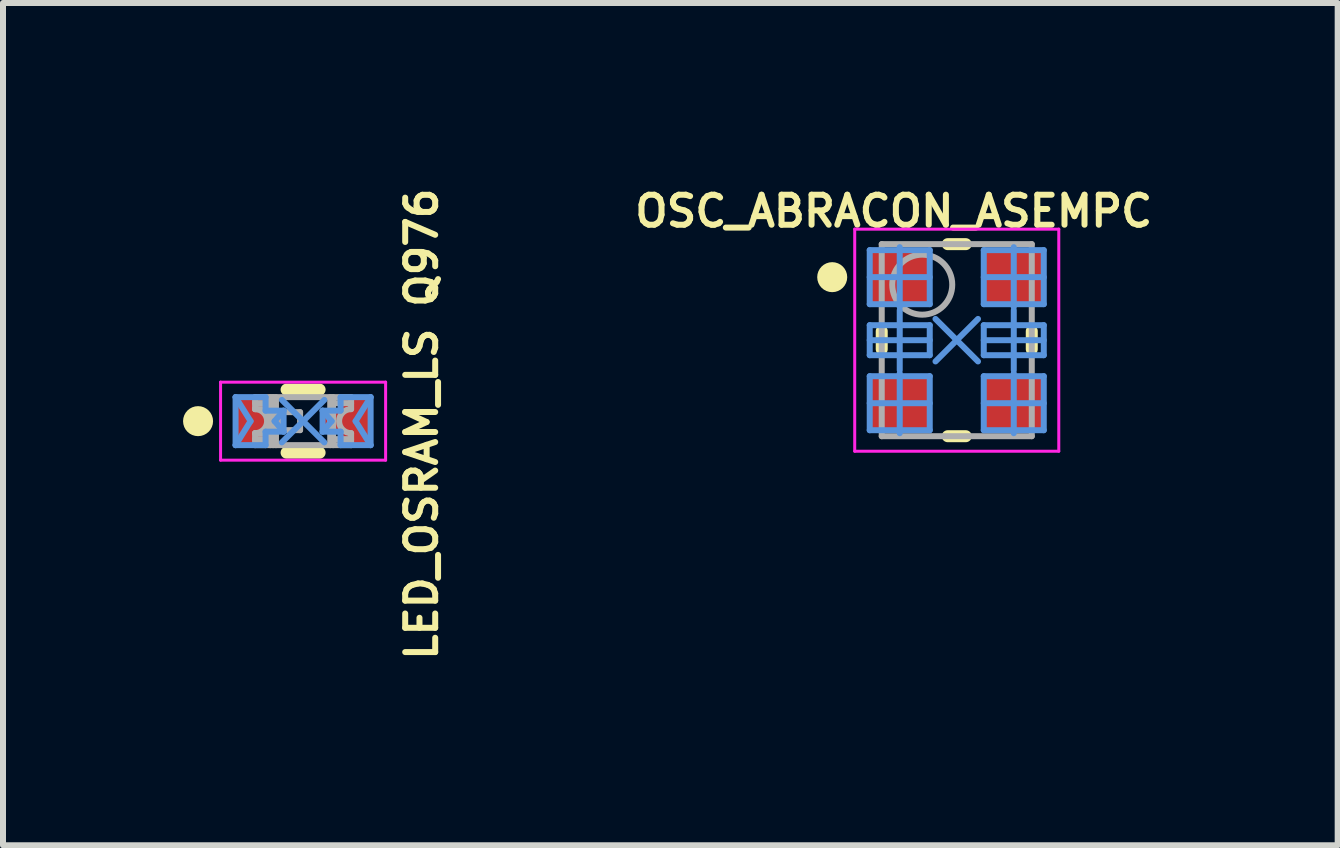
<source format=kicad_pcb>
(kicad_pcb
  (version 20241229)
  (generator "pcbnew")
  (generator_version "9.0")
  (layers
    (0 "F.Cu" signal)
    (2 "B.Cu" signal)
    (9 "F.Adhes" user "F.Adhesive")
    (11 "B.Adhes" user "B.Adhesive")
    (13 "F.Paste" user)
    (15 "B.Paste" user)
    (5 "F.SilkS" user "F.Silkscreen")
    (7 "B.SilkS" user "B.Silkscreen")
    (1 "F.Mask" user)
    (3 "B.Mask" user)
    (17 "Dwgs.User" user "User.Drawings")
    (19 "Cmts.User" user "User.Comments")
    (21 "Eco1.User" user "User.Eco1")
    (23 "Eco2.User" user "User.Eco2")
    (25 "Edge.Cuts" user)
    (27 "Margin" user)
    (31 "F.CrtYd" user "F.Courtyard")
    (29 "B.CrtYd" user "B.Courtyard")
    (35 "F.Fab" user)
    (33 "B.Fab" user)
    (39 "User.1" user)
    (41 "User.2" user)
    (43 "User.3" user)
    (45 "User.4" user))
  (footprint "LED_OSRAM_LS Q976"
    (layer "F.Cu")
    (at 2 3.967)
    (property "Reference" "LED_OSRAM_LS Q976" (at 1.975 0.05 270) (layer "F.SilkS") (effects (font (size 0.5 0.5) (thickness 0.1))))
    (attr smd)
    (fp_line (start -0.275 -0.525) (end 0.275 -0.525) (stroke (width 0.2) (type solid)) (layer "F.SilkS"))
    (fp_line (start -0.275 0.525) (end 0.275 0.525) (stroke (width 0.2) (type solid)) (layer "F.SilkS"))
    (fp_circle (center -1.75 0) (end -1.625 0) (stroke (width 0.25) (type solid)) (fill no) (layer "F.SilkS"))
    (fp_line (start -1.125 -0.4) (end -0.875 0) (stroke (width 0.1) (type solid)) (layer "Cmts.User"))
    (fp_line (start -1.125 -0.4) (end -0.625 -0.4) (stroke (width 0.1) (type solid)) (layer "Cmts.User"))
    (fp_line (start -1.125 0.4) (end -1.125 -0.4) (stroke (width 0.1) (type solid)) (layer "Cmts.User"))
    (fp_line (start -1.125 0.4) (end -0.875 0) (stroke (width 0.1) (type solid)) (layer "Cmts.User"))
    (fp_line (start -1.125 0.4) (end -0.625 0.4) (stroke (width 0.1) (type solid)) (layer "Cmts.User"))
    (fp_line (start -0.625 -0.175) (end -0.625 -0.4) (stroke (width 0.1) (type solid)) (layer "Cmts.User"))
    (fp_line (start -0.625 -0.175) (end -0.325 -0.175) (stroke (width 0.1) (type solid)) (layer "Cmts.User"))
    (fp_line (start -0.625 0.175) (end -0.325 0.175) (stroke (width 0.1) (type solid)) (layer "Cmts.User"))
    (fp_line (start -0.625 0.4) (end -0.625 0.175) (stroke (width 0.1) (type solid)) (layer "Cmts.User"))
    (fp_line (start -0.475 0) (end -0.325 -0.175) (stroke (width 0.1) (type solid)) (layer "Cmts.User"))
    (fp_line (start -0.475 0) (end -0.325 0.175) (stroke (width 0.1) (type solid)) (layer "Cmts.User"))
    (fp_line (start -0.354 -0.354) (end 0 0) (stroke (width 0.1) (type solid)) (layer "Cmts.User"))
    (fp_line (start -0.354 0.354) (end 0 0) (stroke (width 0.1) (type solid)) (layer "Cmts.User"))
    (fp_line (start -0.325 0.175) (end -0.325 -0.175) (stroke (width 0.1) (type solid)) (layer "Cmts.User"))
    (fp_line (start 0 0) (end 0.354 -0.354) (stroke (width 0.1) (type solid)) (layer "Cmts.User"))
    (fp_line (start 0 0) (end 0.354 0.354) (stroke (width 0.1) (type solid)) (layer "Cmts.User"))
    (fp_line (start 0.325 -0.175) (end 0.475 0) (stroke (width 0.1) (type solid)) (layer "Cmts.User"))
    (fp_line (start 0.325 -0.175) (end 0.625 -0.175) (stroke (width 0.1) (type solid)) (layer "Cmts.User"))
    (fp_line (start 0.325 0.175) (end 0.325 -0.175) (stroke (width 0.1) (type solid)) (layer "Cmts.User"))
    (fp_line (start 0.325 0.175) (end 0.475 0) (stroke (width 0.1) (type solid)) (layer "Cmts.User"))
    (fp_line (start 0.325 0.175) (end 0.625 0.175) (stroke (width 0.1) (type solid)) (layer "Cmts.User"))
    (fp_line (start 0.625 -0.4) (end 1.125 -0.4) (stroke (width 0.1) (type solid)) (layer "Cmts.User"))
    (fp_line (start 0.625 -0.175) (end 0.625 -0.4) (stroke (width 0.1) (type solid)) (layer "Cmts.User"))
    (fp_line (start 0.625 0.4) (end 0.625 0.175) (stroke (width 0.1) (type solid)) (layer "Cmts.User"))
    (fp_line (start 0.625 0.4) (end 1.125 0.4) (stroke (width 0.1) (type solid)) (layer "Cmts.User"))
    (fp_line (start 0.875 0) (end 1.125 -0.4) (stroke (width 0.1) (type solid)) (layer "Cmts.User"))
    (fp_line (start 0.875 0) (end 1.125 0.4) (stroke (width 0.1) (type solid)) (layer "Cmts.User"))
    (fp_line (start 1.125 0.4) (end 1.125 -0.4) (stroke (width 0.1) (type solid)) (layer "Cmts.User"))
    (fp_line (start -1.375 -0.65) (end 1.375 -0.65) (stroke (width 0.05) (type solid)) (layer "F.CrtYd"))
    (fp_line (start -1.375 0.65) (end -1.375 -0.65) (stroke (width 0.05) (type solid)) (layer "F.CrtYd"))
    (fp_line (start -1.375 0.65) (end 1.375 0.65) (stroke (width 0.05) (type solid)) (layer "F.CrtYd"))
    (fp_line (start 1.375 0.65) (end 1.375 -0.65) (stroke (width 0.05) (type solid)) (layer "F.CrtYd"))
    (fp_line (start -0.8 -0.4) (end 0.8 -0.4) (stroke (width 0.1) (type solid)) (layer "F.Fab"))
    (fp_line (start -0.8 -0.3) (end -0.499 -0.3) (stroke (width 0.1) (type solid)) (layer "F.Fab"))
    (fp_line (start -0.8 -0.2) (end -0.8 -0.4) (stroke (width 0.1) (type solid)) (layer "F.Fab"))
    (fp_line (start -0.8 -0.2) (end -0.499 -0.2) (stroke (width 0.1) (type solid)) (layer "F.Fab"))
    (fp_line (start -0.8 0.2) (end -0.499 0.2) (stroke (width 0.1) (type solid)) (layer "F.Fab"))
    (fp_line (start -0.8 0.3) (end -0.5 0.3) (stroke (width 0.1) (type solid)) (layer "F.Fab"))
    (fp_line (start -0.8 0.4) (end -0.8 0.2) (stroke (width 0.1) (type solid)) (layer "F.Fab"))
    (fp_line (start -0.8 0.4) (end 0.8 0.4) (stroke (width 0.1) (type solid)) (layer "F.Fab"))
    (fp_line (start -0.548 0.4) (end -0.548 -0.4) (stroke (width 0.1) (type solid)) (layer "F.Fab"))
    (fp_line (start -0.5 0.4) (end -0.5 -0.4) (stroke (width 0.1) (type solid)) (layer "F.Fab"))
    (fp_line (start -0.452 0.4) (end -0.452 -0.4) (stroke (width 0.1) (type solid)) (layer "F.Fab"))
    (fp_line (start -0.35 -0.15) (end -0.05 -0.15) (stroke (width 0.1) (type solid)) (layer "F.Fab"))
    (fp_line (start -0.35 0.15) (end -0.35 -0.15) (stroke (width 0.1) (type solid)) (layer "F.Fab"))
    (fp_line (start -0.35 0.15) (end -0.05 0.15) (stroke (width 0.1) (type solid)) (layer "F.Fab"))
    (fp_line (start -0.05 0.15) (end -0.05 -0.15) (stroke (width 0.1) (type solid)) (layer "F.Fab"))
    (fp_line (start 0.452 0.4) (end 0.452 -0.4) (stroke (width 0.1) (type solid)) (layer "F.Fab"))
    (fp_line (start 0.499 0.3) (end 0.8 0.3) (stroke (width 0.1) (type solid)) (layer "F.Fab"))
    (fp_line (start 0.5 -0.3) (end 0.8 -0.3) (stroke (width 0.1) (type solid)) (layer "F.Fab"))
    (fp_line (start 0.5 0.4) (end 0.5 -0.4) (stroke (width 0.1) (type solid)) (layer "F.Fab"))
    (fp_line (start 0.8 -0.2) (end 0.8 -0.4) (stroke (width 0.1) (type solid)) (layer "F.Fab"))
    (fp_line (start 0.8 0.4) (end 0.8 0.2) (stroke (width 0.1) (type solid)) (layer "F.Fab"))
    (fp_arc (start -0.8 -0.2) (mid -0.6 0) (end -0.8 0.2) (stroke (width 0.1) (type solid)) (layer "F.Fab"))
    (fp_arc (start 0.8 0.2) (mid 0.6 0) (end 0.8 -0.2) (stroke (width 0.1) (type solid)) (layer "F.Fab"))
    (pad "1" smd rect (at -0.875 0) (size 0.5 0.8) (layers "F.Cu" "F.Mask" "F.Paste"))
    (pad "1" smd rect (at -0.475 0) (size 0.3 0.35) (layers "F.Cu" "F.Mask" "F.Paste"))
    (pad "2" smd rect (at 0.475 0) (size 0.3 0.35) (layers "F.Cu" "F.Mask" "F.Paste"))
    (pad "2" smd rect (at 0.875 0) (size 0.5 0.8) (layers "F.Cu" "F.Mask" "F.Paste")))
  (footprint "OSC_ABRACON_ASEMPC"
    (layer "F.Cu")
    (at 12.891 2.618)
    (property "Reference" "OSC_ABRACON_ASEMPC" (at -1.05 -2.15 0) (layer "F.SilkS") (effects (font (size 0.5 0.5) (thickness 0.1))))
    (attr smd dnp)
    (fp_line (start -1.25 0.15) (end -1.25 -0.15) (stroke (width 0.2) (type solid)) (layer "F.SilkS"))
    (fp_line (start -0.15 -1.6) (end 0.15 -1.6) (stroke (width 0.2) (type solid)) (layer "F.SilkS"))
    (fp_line (start -0.15 1.6) (end 0.15 1.6) (stroke (width 0.2) (type solid)) (layer "F.SilkS"))
    (fp_line (start 1.25 0.15) (end 1.25 -0.15) (stroke (width 0.2) (type solid)) (layer "F.SilkS"))
    (fp_circle (center -2.075 -1.05) (end -1.95 -1.05) (stroke (width 0.25) (type solid)) (fill no) (layer "F.SilkS"))
    (fp_line (start -1.45 -1.5) (end -0.45 -1.5) (stroke (width 0.1) (type solid)) (layer "Cmts.User"))
    (fp_line (start -1.45 -1.05) (end -0.95 -1.05) (stroke (width 0.1) (type solid)) (layer "Cmts.User"))
    (fp_line (start -1.45 -0.6) (end -1.45 -1.5) (stroke (width 0.1) (type solid)) (layer "Cmts.User"))
    (fp_line (start -1.45 -0.6) (end -0.45 -0.6) (stroke (width 0.1) (type solid)) (layer "Cmts.User"))
    (fp_line (start -1.45 -0.25) (end -0.45 -0.25) (stroke (width 0.1) (type solid)) (layer "Cmts.User"))
    (fp_line (start -1.45 0) (end -0.95 0) (stroke (width 0.1) (type solid)) (layer "Cmts.User"))
    (fp_line (start -1.45 0.25) (end -1.45 -0.25) (stroke (width 0.1) (type solid)) (layer "Cmts.User"))
    (fp_line (start -1.45 0.25) (end -0.45 0.25) (stroke (width 0.1) (type solid)) (layer "Cmts.User"))
    (fp_line (start -1.45 0.6) (end -0.45 0.6) (stroke (width 0.1) (type solid)) (layer "Cmts.User"))
    (fp_line (start -1.45 1.05) (end -0.95 1.05) (stroke (width 0.1) (type solid)) (layer "Cmts.User"))
    (fp_line (start -1.45 1.5) (end -1.45 0.6) (stroke (width 0.1) (type solid)) (layer "Cmts.User"))
    (fp_line (start -1.45 1.5) (end -0.45 1.5) (stroke (width 0.1) (type solid)) (layer "Cmts.User"))
    (fp_line (start -0.95 -1.05) (end -0.95 -1.55) (stroke (width 0.1) (type solid)) (layer "Cmts.User"))
    (fp_line (start -0.95 -1.05) (end -0.45 -1.05) (stroke (width 0.1) (type solid)) (layer "Cmts.User"))
    (fp_line (start -0.95 -0.55) (end -0.95 -1.05) (stroke (width 0.1) (type solid)) (layer "Cmts.User"))
    (fp_line (start -0.95 0) (end -0.95 -0.5) (stroke (width 0.1) (type solid)) (layer "Cmts.User"))
    (fp_line (start -0.95 0) (end -0.45 0) (stroke (width 0.1) (type solid)) (layer "Cmts.User"))
    (fp_line (start -0.95 0.5) (end -0.95 0) (stroke (width 0.1) (type solid)) (layer "Cmts.User"))
    (fp_line (start -0.95 1.05) (end -0.95 0.55) (stroke (width 0.1) (type solid)) (layer "Cmts.User"))
    (fp_line (start -0.95 1.05) (end -0.45 1.05) (stroke (width 0.1) (type solid)) (layer "Cmts.User"))
    (fp_line (start -0.95 1.55) (end -0.95 1.05) (stroke (width 0.1) (type solid)) (layer "Cmts.User"))
    (fp_line (start -0.45 -0.6) (end -0.45 -1.5) (stroke (width 0.1) (type solid)) (layer "Cmts.User"))
    (fp_line (start -0.45 0.25) (end -0.45 -0.25) (stroke (width 0.1) (type solid)) (layer "Cmts.User"))
    (fp_line (start -0.45 1.5) (end -0.45 0.6) (stroke (width 0.1) (type solid)) (layer "Cmts.User"))
    (fp_line (start -0.354 -0.354) (end 0 0) (stroke (width 0.1) (type solid)) (layer "Cmts.User"))
    (fp_line (start -0.354 0.354) (end 0 0) (stroke (width 0.1) (type solid)) (layer "Cmts.User"))
    (fp_line (start 0 0) (end 0.354 -0.354) (stroke (width 0.1) (type solid)) (layer "Cmts.User"))
    (fp_line (start 0 0) (end 0.354 0.354) (stroke (width 0.1) (type solid)) (layer "Cmts.User"))
    (fp_line (start 0.45 -1.5) (end 1.45 -1.5) (stroke (width 0.1) (type solid)) (layer "Cmts.User"))
    (fp_line (start 0.45 -1.05) (end 0.95 -1.05) (stroke (width 0.1) (type solid)) (layer "Cmts.User"))
    (fp_line (start 0.45 -0.6) (end 0.45 -1.5) (stroke (width 0.1) (type solid)) (layer "Cmts.User"))
    (fp_line (start 0.45 -0.6) (end 1.45 -0.6) (stroke (width 0.1) (type solid)) (layer "Cmts.User"))
    (fp_line (start 0.45 -0.25) (end 1.45 -0.25) (stroke (width 0.1) (type solid)) (layer "Cmts.User"))
    (fp_line (start 0.45 0) (end 0.95 0) (stroke (width 0.1) (type solid)) (layer "Cmts.User"))
    (fp_line (start 0.45 0.25) (end 0.45 -0.25) (stroke (width 0.1) (type solid)) (layer "Cmts.User"))
    (fp_line (start 0.45 0.25) (end 1.45 0.25) (stroke (width 0.1) (type solid)) (layer "Cmts.User"))
    (fp_line (start 0.45 0.6) (end 1.45 0.6) (stroke (width 0.1) (type solid)) (layer "Cmts.User"))
    (fp_line (start 0.45 1.05) (end 0.95 1.05) (stroke (width 0.1) (type solid)) (layer "Cmts.User"))
    (fp_line (start 0.45 1.5) (end 0.45 0.6) (stroke (width 0.1) (type solid)) (layer "Cmts.User"))
    (fp_line (start 0.45 1.5) (end 1.45 1.5) (stroke (width 0.1) (type solid)) (layer "Cmts.User"))
    (fp_line (start 0.95 -1.05) (end 0.95 -1.55) (stroke (width 0.1) (type solid)) (layer "Cmts.User"))
    (fp_line (start 0.95 -1.05) (end 1.45 -1.05) (stroke (width 0.1) (type solid)) (layer "Cmts.User"))
    (fp_line (start 0.95 -0.55) (end 0.95 -1.05) (stroke (width 0.1) (type solid)) (layer "Cmts.User"))
    (fp_line (start 0.95 0) (end 0.95 -0.5) (stroke (width 0.1) (type solid)) (layer "Cmts.User"))
    (fp_line (start 0.95 0) (end 1.45 0) (stroke (width 0.1) (type solid)) (layer "Cmts.User"))
    (fp_line (start 0.95 0.5) (end 0.95 0) (stroke (width 0.1) (type solid)) (layer "Cmts.User"))
    (fp_line (start 0.95 1.05) (end 0.95 0.55) (stroke (width 0.1) (type solid)) (layer "Cmts.User"))
    (fp_line (start 0.95 1.05) (end 1.45 1.05) (stroke (width 0.1) (type solid)) (layer "Cmts.User"))
    (fp_line (start 0.95 1.55) (end 0.95 1.05) (stroke (width 0.1) (type solid)) (layer "Cmts.User"))
    (fp_line (start 1.45 -0.6) (end 1.45 -1.5) (stroke (width 0.1) (type solid)) (layer "Cmts.User"))
    (fp_line (start 1.45 0.25) (end 1.45 -0.25) (stroke (width 0.1) (type solid)) (layer "Cmts.User"))
    (fp_line (start 1.45 1.5) (end 1.45 0.6) (stroke (width 0.1) (type solid)) (layer "Cmts.User"))
    (fp_line (start -1.7 -1.85) (end 1.7 -1.85) (stroke (width 0.05) (type solid)) (layer "F.CrtYd"))
    (fp_line (start -1.7 1.85) (end -1.7 -1.85) (stroke (width 0.05) (type solid)) (layer "F.CrtYd"))
    (fp_line (start -1.7 1.85) (end 1.7 1.85) (stroke (width 0.05) (type solid)) (layer "F.CrtYd"))
    (fp_line (start 1.7 1.85) (end 1.7 -1.85) (stroke (width 0.05) (type solid)) (layer "F.CrtYd"))
    (fp_line (start -1.25 -1.6) (end 1.25 -1.6) (stroke (width 0.1) (type solid)) (layer "F.Fab"))
    (fp_line (start -1.25 1.6) (end -1.25 -1.6) (stroke (width 0.1) (type solid)) (layer "F.Fab"))
    (fp_line (start -1.25 1.6) (end 1.25 1.6) (stroke (width 0.1) (type solid)) (layer "F.Fab"))
    (fp_line (start 1.25 1.6) (end 1.25 -1.6) (stroke (width 0.1) (type solid)) (layer "F.Fab"))
    (fp_circle (center -0.575 -0.925) (end -0.075 -0.925) (stroke (width 0.1) (type solid)) (fill no) (layer "F.Fab"))
    (pad "1" smd rect (at -0.95 -1.05 180) (size 1 0.9) (layers "F.Cu" "F.Mask" "F.Paste"))
    (pad "3" smd rect (at -0.95 1.05 180) (size 1 0.9) (layers "F.Cu" "F.Mask" "F.Paste"))
    (pad "4" smd rect (at 0.95 1.05 180) (size 1 0.9) (layers "F.Cu" "F.Mask" "F.Paste"))
    (pad "6" smd rect (at 0.95 -1.05 180) (size 1 0.9) (layers "F.Cu" "F.Mask" "F.Paste")))
  (gr_rect
    (start -3 -3)
    (end 19.238 11.033)
    (stroke (width 0.1) (type default))
    (fill no)
    (layer "Edge.Cuts")))
</source>
